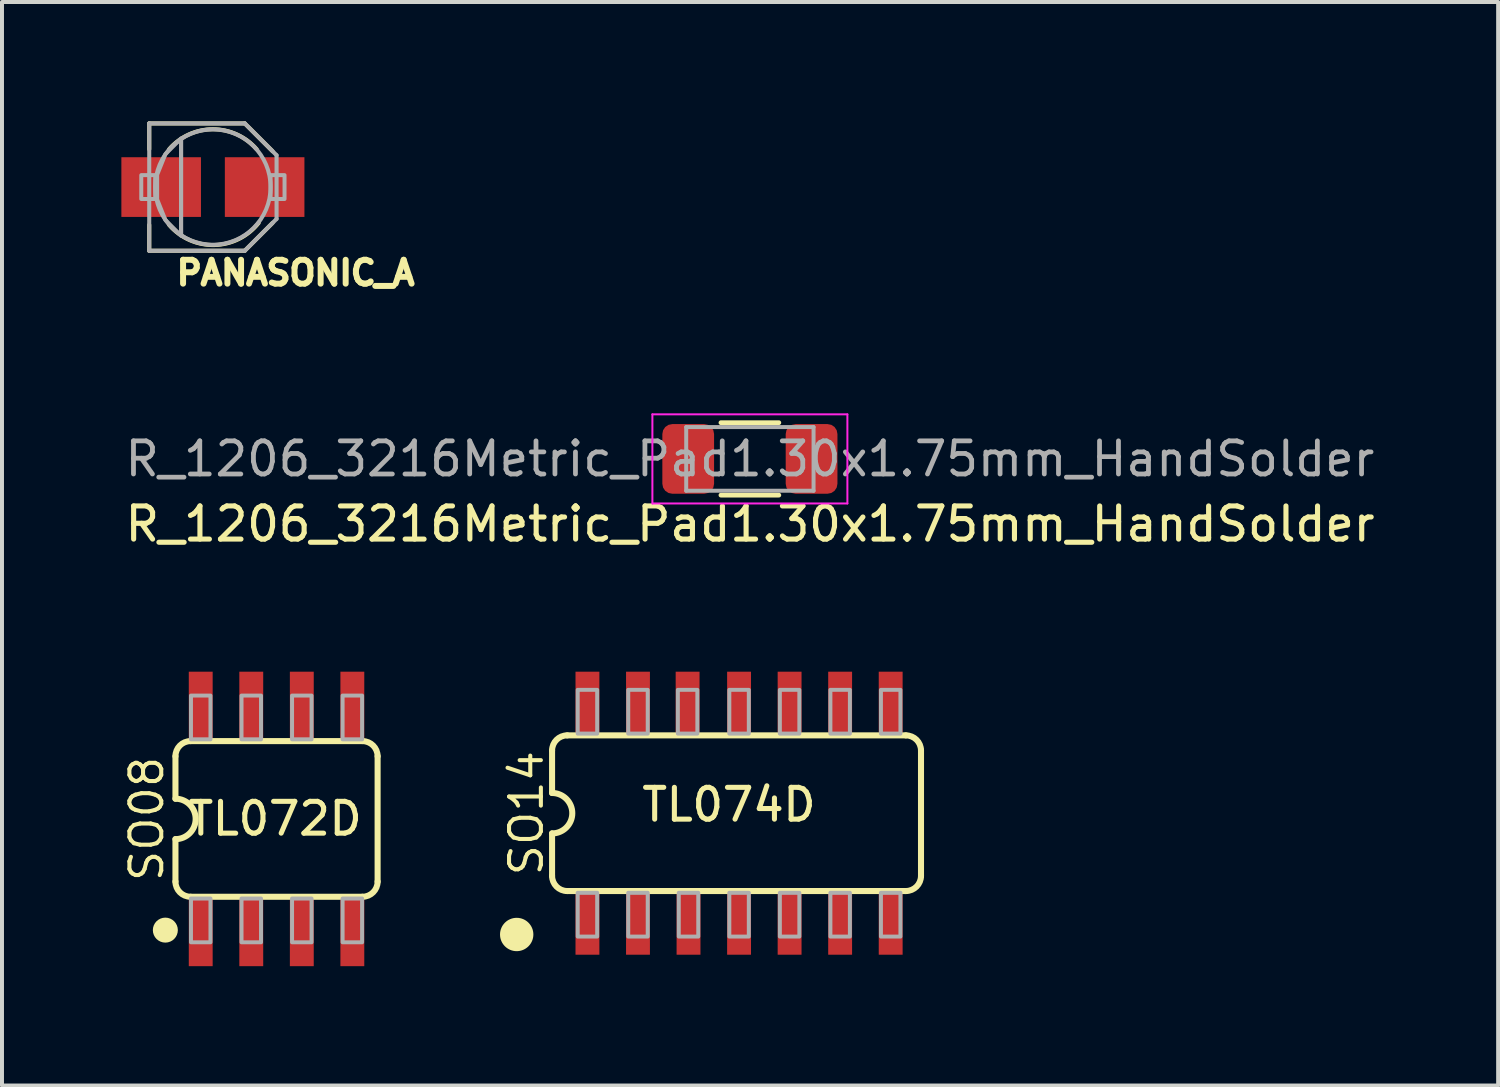
<source format=kicad_pcb>
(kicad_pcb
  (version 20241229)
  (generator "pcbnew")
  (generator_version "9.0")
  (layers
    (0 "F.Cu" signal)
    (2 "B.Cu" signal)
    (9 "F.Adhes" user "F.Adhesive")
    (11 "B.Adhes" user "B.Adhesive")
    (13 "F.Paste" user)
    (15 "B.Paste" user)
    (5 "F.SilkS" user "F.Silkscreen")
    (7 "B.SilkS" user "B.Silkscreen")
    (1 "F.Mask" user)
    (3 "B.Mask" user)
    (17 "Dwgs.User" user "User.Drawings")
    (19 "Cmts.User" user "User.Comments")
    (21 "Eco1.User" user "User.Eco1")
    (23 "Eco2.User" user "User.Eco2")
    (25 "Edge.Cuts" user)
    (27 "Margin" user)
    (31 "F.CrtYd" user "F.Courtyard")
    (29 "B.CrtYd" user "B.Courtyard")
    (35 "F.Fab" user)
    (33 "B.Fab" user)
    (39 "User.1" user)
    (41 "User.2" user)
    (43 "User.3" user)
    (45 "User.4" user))
  (footprint "R_1206_3216Metric_Pad1.30x1.75mm_HandSolder"
    (layer "F.Cu")
    (at 15.794 8.482)
    (property "Reference" "R_1206_3216Metric_Pad1.30x1.75mm_HandSolder" (at 0.004 1.636 0) (layer "F.SilkS") (effects (font (size 0.833 0.833) (thickness 0.128))))
    (attr smd)
    (fp_line (start -0.727 -0.91) (end 0.727 -0.91) (stroke (width 0.12) (type solid)) (layer "F.SilkS"))
    (fp_line (start -0.727 0.91) (end 0.727 0.91) (stroke (width 0.12) (type solid)) (layer "F.SilkS"))
    (fp_line (start -2.45 -1.12) (end 2.45 -1.12) (stroke (width 0.05) (type solid)) (layer "F.CrtYd"))
    (fp_line (start -2.45 1.12) (end -2.45 -1.12) (stroke (width 0.05) (type solid)) (layer "F.CrtYd"))
    (fp_line (start 2.45 -1.12) (end 2.45 1.12) (stroke (width 0.05) (type solid)) (layer "F.CrtYd"))
    (fp_line (start 2.45 1.12) (end -2.45 1.12) (stroke (width 0.05) (type solid)) (layer "F.CrtYd"))
    (fp_line (start -1.6 -0.8) (end 1.6 -0.8) (stroke (width 0.1) (type solid)) (layer "F.Fab"))
    (fp_line (start -1.6 0.8) (end -1.6 -0.8) (stroke (width 0.1) (type solid)) (layer "F.Fab"))
    (fp_line (start 1.6 -0.8) (end 1.6 0.8) (stroke (width 0.1) (type solid)) (layer "F.Fab"))
    (fp_line (start 1.6 0.8) (end -1.6 0.8) (stroke (width 0.1) (type solid)) (layer "F.Fab"))
    (fp_text user "${REFERENCE}" (at 0 0 0) (layer "F.Fab") (effects (font (size 0.833 0.833) (thickness 0.12))))
    (pad "1" smd roundrect (at -1.55 0) (size 1.3 1.75) (layers "F.Cu" "F.Mask" "F.Paste") (roundrect_rratio 0.192))
    (pad "2" smd roundrect (at 1.55 0) (size 1.3 1.75) (layers "F.Cu" "F.Mask" "F.Paste") (roundrect_rratio 0.192)))
  (footprint "SO14"
    (layer "F.Cu")
    (at 15.522 17.385)
    (property "Reference" "SO14" (at -4.877 0 90) (layer "F.SilkS") (effects (font (size 0.8 0.8) (thickness 0.102)) (justify bottom)))
    (property "Value" "TL074D" (at -0.254 0.254 180) (layer "F.Fab") (hide yes) (effects (font (size 0.8 0.8) (thickness 0.102)) (justify bottom)))
    (fp_line (start -4.699 -1.575) (end -4.699 -0.508) (stroke (width 0.152) (type solid)) (layer "F.SilkS"))
    (fp_line (start -4.699 0.508) (end -4.699 1.575) (stroke (width 0.152) (type solid)) (layer "F.SilkS"))
    (fp_line (start -4.318 1.956) (end 4.191 1.956) (stroke (width 0.152) (type solid)) (layer "F.SilkS"))
    (fp_line (start 4.191 -1.956) (end -4.318 -1.956) (stroke (width 0.152) (type solid)) (layer "F.SilkS"))
    (fp_line (start 4.572 1.575) (end 4.572 -1.575) (stroke (width 0.152) (type solid)) (layer "F.SilkS"))
    (fp_arc (start -4.699 -1.5748) (mid -4.587408 -1.844208) (end -4.318 -1.9558) (stroke (width 0.1524) (type solid)) (layer "F.SilkS"))
    (fp_arc (start -4.699 -0.508) (mid -4.191 0) (end -4.699 0.508) (stroke (width 0.1524) (type solid)) (layer "F.SilkS"))
    (fp_arc (start -4.318 1.9558) (mid -4.587408 1.844208) (end -4.699 1.5748) (stroke (width 0.1524) (type solid)) (layer "F.SilkS"))
    (fp_arc (start 4.191 -1.9558) (mid 4.460408 -1.844208) (end 4.572 -1.5748) (stroke (width 0.1524) (type solid)) (layer "F.SilkS"))
    (fp_arc (start 4.572 1.5748) (mid 4.460408 1.844208) (end 4.191 1.9558) (stroke (width 0.1524) (type solid)) (layer "F.SilkS"))
    (fp_circle (center -5.588 3.048) (end -5.229 3.048) (stroke (width 0.12) (type solid)) (fill yes) (layer "F.SilkS"))
    (fp_poly (pts (xy -4.055 -2) (xy -3.565 -2) (xy -3.565 -3.1) (xy -4.055 -3.1)) (stroke (width 0.1) (type solid)) (fill no) (layer "F.Fab"))
    (fp_poly (pts (xy -4.055 3.1) (xy -3.565 3.1) (xy -3.565 2) (xy -4.055 2)) (stroke (width 0.1) (type solid)) (fill no) (layer "F.Fab"))
    (fp_poly (pts (xy -2.785 -2) (xy -2.295 -2) (xy -2.295 -3.1) (xy -2.785 -3.1)) (stroke (width 0.1) (type solid)) (fill no) (layer "F.Fab"))
    (fp_poly (pts (xy -2.785 3.1) (xy -2.295 3.1) (xy -2.295 2) (xy -2.785 2)) (stroke (width 0.1) (type solid)) (fill no) (layer "F.Fab"))
    (fp_poly (pts (xy -1.538 -2) (xy -1.048 -2) (xy -1.048 -3.1) (xy -1.538 -3.1)) (stroke (width 0.1) (type solid)) (fill no) (layer "F.Fab"))
    (fp_poly (pts (xy -1.515 3.1) (xy -1.025 3.1) (xy -1.025 2) (xy -1.515 2)) (stroke (width 0.1) (type solid)) (fill no) (layer "F.Fab"))
    (fp_poly (pts (xy -0.245 -2) (xy 0.245 -2) (xy 0.245 -3.1) (xy -0.245 -3.1)) (stroke (width 0.1) (type solid)) (fill no) (layer "F.Fab"))
    (fp_poly (pts (xy -0.245 3.1) (xy 0.245 3.1) (xy 0.245 2) (xy -0.245 2)) (stroke (width 0.1) (type solid)) (fill no) (layer "F.Fab"))
    (fp_poly (pts (xy 1.025 -2) (xy 1.515 -2) (xy 1.515 -3.1) (xy 1.025 -3.1)) (stroke (width 0.1) (type solid)) (fill no) (layer "F.Fab"))
    (fp_poly (pts (xy 1.025 3.1) (xy 1.515 3.1) (xy 1.515 2) (xy 1.025 2)) (stroke (width 0.1) (type solid)) (fill no) (layer "F.Fab"))
    (fp_poly (pts (xy 2.295 -2) (xy 2.785 -2) (xy 2.785 -3.1) (xy 2.295 -3.1)) (stroke (width 0.1) (type solid)) (fill no) (layer "F.Fab"))
    (fp_poly (pts (xy 2.295 3.1) (xy 2.785 3.1) (xy 2.785 2) (xy 2.295 2)) (stroke (width 0.1) (type solid)) (fill no) (layer "F.Fab"))
    (fp_poly (pts (xy 3.565 -2) (xy 4.055 -2) (xy 4.055 -3.1) (xy 3.565 -3.1)) (stroke (width 0.1) (type solid)) (fill no) (layer "F.Fab"))
    (fp_poly (pts (xy 3.565 3.1) (xy 4.055 3.1) (xy 4.055 2) (xy 3.565 2)) (stroke (width 0.1) (type solid)) (fill no) (layer "F.Fab"))
    (fp_text user "${VALUE}" (at -0.254 0.254 0) (layer "F.SilkS") (effects (font (size 0.8 0.8) (thickness 0.127)) (justify bottom)))
    (pad "1" smd rect (at -3.81 2.794) (size 0.6 1.524) (layers "F.Cu" "F.Mask" "F.Paste"))
    (pad "2" smd rect (at -2.54 2.794) (size 0.6 1.524) (layers "F.Cu" "F.Mask" "F.Paste"))
    (pad "3" smd rect (at -1.27 2.794) (size 0.6 1.524) (layers "F.Cu" "F.Mask" "F.Paste"))
    (pad "4" smd rect (at 0 2.794) (size 0.6 1.524) (layers "F.Cu" "F.Mask" "F.Paste"))
    (pad "5" smd rect (at 1.27 2.794) (size 0.6 1.524) (layers "F.Cu" "F.Mask" "F.Paste"))
    (pad "6" smd rect (at 2.54 2.794) (size 0.6 1.524) (layers "F.Cu" "F.Mask" "F.Paste"))
    (pad "7" smd rect (at 3.81 2.794) (size 0.6 1.524) (layers "F.Cu" "F.Mask" "F.Paste"))
    (pad "8" smd rect (at 3.81 -2.794) (size 0.6 1.524) (layers "F.Cu" "F.Mask" "F.Paste"))
    (pad "9" smd rect (at 2.54 -2.794) (size 0.6 1.524) (layers "F.Cu" "F.Mask" "F.Paste"))
    (pad "10" smd rect (at 1.27 -2.794) (size 0.6 1.524) (layers "F.Cu" "F.Mask" "F.Paste"))
    (pad "11" smd rect (at 0 -2.794) (size 0.6 1.524) (layers "F.Cu" "F.Mask" "F.Paste"))
    (pad "12" smd rect (at -1.293 -2.794) (size 0.6 1.524) (layers "F.Cu" "F.Mask" "F.Paste"))
    (pad "13" smd rect (at -2.54 -2.794) (size 0.6 1.524) (layers "F.Cu" "F.Mask" "F.Paste"))
    (pad "14" smd rect (at -3.81 -2.794) (size 0.6 1.524) (layers "F.Cu" "F.Mask" "F.Paste")))
  (footprint "PANASONIC_A"
    (layer "F.Cu")
    (at 2.3 1.651)
    (property "Reference" "PANASONIC_A" (at -0.991 2.508 0) (layer "F.SilkS") (effects (font (size 0.6 0.6) (thickness 0.15)) (justify left bottom)))
    (fp_line (start -1.6 -1.6) (end 0.8 -1.6) (stroke (width 0.102) (type solid)) (layer "F.SilkS"))
    (fp_line (start -1.6 -0.95) (end -1.6 -1.6) (stroke (width 0.102) (type solid)) (layer "F.SilkS"))
    (fp_line (start -1.6 1.6) (end -1.6 0.95) (stroke (width 0.102) (type solid)) (layer "F.SilkS"))
    (fp_line (start 0.8 -1.6) (end 1.5 -0.9) (stroke (width 0.102) (type solid)) (layer "F.SilkS"))
    (fp_line (start 0.8 1.6) (end -1.6 1.6) (stroke (width 0.102) (type solid)) (layer "F.SilkS"))
    (fp_line (start 1.5 0.9) (end 0.8 1.6) (stroke (width 0.102) (type solid)) (layer "F.SilkS"))
    (fp_arc (start -1.1 -0.95) (mid 0 -1.453444) (end 1.1 -0.95) (stroke (width 0.1016) (type solid)) (layer "F.SilkS"))
    (fp_arc (start 1.149999 0.9) (mid 0.03681 1.456451) (end -1.1 0.95) (stroke (width 0.1016) (type solid)) (layer "F.SilkS"))
    (fp_line (start -1.6 -1.6) (end 0.8 -1.6) (stroke (width 0.102) (type solid)) (layer "F.Fab"))
    (fp_line (start -1.6 1.6) (end -1.6 -1.6) (stroke (width 0.102) (type solid)) (layer "F.Fab"))
    (fp_line (start -0.8 -1.2) (end -0.8 1.2) (stroke (width 0.102) (type solid)) (layer "F.Fab"))
    (fp_line (start 0.8 -1.6) (end 1.6 -0.8) (stroke (width 0.102) (type solid)) (layer "F.Fab"))
    (fp_line (start 0.8 1.6) (end -1.6 1.6) (stroke (width 0.102) (type solid)) (layer "F.Fab"))
    (fp_line (start 1.6 -0.8) (end 1.6 0.8) (stroke (width 0.102) (type solid)) (layer "F.Fab"))
    (fp_line (start 1.6 0.8) (end 0.8 1.6) (stroke (width 0.102) (type solid)) (layer "F.Fab"))
    (fp_circle (center 0 0) (end 1.45 0) (stroke (width 0.102) (type solid)) (fill no) (layer "F.Fab"))
    (fp_poly (pts (xy -1.8 0.3) (xy -1.45 0.3) (xy -1.45 -0.3) (xy -1.8 -0.3)) (stroke (width 0.1) (type solid)) (fill no) (layer "F.Fab"))
    (fp_poly (pts (xy 1.45 0.3) (xy 1.8 0.3) (xy 1.8 -0.3) (xy 1.45 -0.3)) (stroke (width 0.1) (type solid)) (fill no) (layer "F.Fab"))
    (fp_poly (pts (xy -0.799 1.223) (xy -1.193 0.829) (xy -1.401 0.31) (xy -1.401 -0.31) (xy -1.193 -0.829) (xy -0.799 -1.223)) (stroke (width 0.1) (type solid)) (fill no) (layer "F.Fab"))
    (pad "+" smd rect (at 1.3 0) (size 2 1.5) (layers "F.Cu" "F.Mask" "F.Paste"))
    (pad "-" smd rect (at -1.3 0) (size 2 1.5) (layers "F.Cu" "F.Mask" "F.Paste")))
  (footprint "SO08"
    (layer "F.Cu")
    (at 3.899 17.529)
    (property "Reference" "SO08" (at -2.794 0 90) (layer "F.SilkS") (effects (font (size 0.8 0.8) (thickness 0.102)) (justify bottom)))
    (property "Value" "TL072D" (at -0.254 0.254 180) (layer "F.Fab") (hide yes) (effects (font (size 0.8 0.8) (thickness 0.102)) (justify bottom)))
    (fp_line (start -2.54 -1.575) (end -2.54 -0.508) (stroke (width 0.152) (type solid)) (layer "F.SilkS"))
    (fp_line (start -2.54 0.508) (end -2.54 1.575) (stroke (width 0.152) (type solid)) (layer "F.SilkS"))
    (fp_line (start -2.159 -1.956) (end 2.159 -1.956) (stroke (width 0.152) (type solid)) (layer "F.SilkS"))
    (fp_line (start -2.159 1.956) (end 2.159 1.956) (stroke (width 0.152) (type solid)) (layer "F.SilkS"))
    (fp_line (start 2.54 1.575) (end 2.54 -1.575) (stroke (width 0.152) (type solid)) (layer "F.SilkS"))
    (fp_arc (start -2.54 -1.5748) (mid -2.428408 -1.844208) (end -2.159 -1.9558) (stroke (width 0.1524) (type solid)) (layer "F.SilkS"))
    (fp_arc (start -2.54 -0.508) (mid -2.032 0) (end -2.54 0.508) (stroke (width 0.1524) (type solid)) (layer "F.SilkS"))
    (fp_arc (start -2.159 1.9558) (mid -2.428408 1.844208) (end -2.54 1.5748) (stroke (width 0.1524) (type solid)) (layer "F.SilkS"))
    (fp_arc (start 2.159 -1.9558) (mid 2.428408 -1.844208) (end 2.54 -1.5748) (stroke (width 0.1524) (type solid)) (layer "F.SilkS"))
    (fp_arc (start 2.54 1.5748) (mid 2.428408 1.844208) (end 2.159 1.9558) (stroke (width 0.1524) (type solid)) (layer "F.SilkS"))
    (fp_circle (center -2.794 2.794) (end -2.54 2.794) (stroke (width 0.12) (type solid)) (fill yes) (layer "F.SilkS"))
    (fp_poly (pts (xy -2.15 -2) (xy -1.66 -2) (xy -1.66 -3.1) (xy -2.15 -3.1)) (stroke (width 0.1) (type solid)) (fill no) (layer "F.Fab"))
    (fp_poly (pts (xy -2.15 3.1) (xy -1.66 3.1) (xy -1.66 2) (xy -2.15 2)) (stroke (width 0.1) (type solid)) (fill no) (layer "F.Fab"))
    (fp_poly (pts (xy -0.88 -2) (xy -0.39 -2) (xy -0.39 -3.1) (xy -0.88 -3.1)) (stroke (width 0.1) (type solid)) (fill no) (layer "F.Fab"))
    (fp_poly (pts (xy -0.88 3.1) (xy -0.39 3.1) (xy -0.39 2) (xy -0.88 2)) (stroke (width 0.1) (type solid)) (fill no) (layer "F.Fab"))
    (fp_poly (pts (xy 0.39 -2) (xy 0.88 -2) (xy 0.88 -3.1) (xy 0.39 -3.1)) (stroke (width 0.1) (type solid)) (fill no) (layer "F.Fab"))
    (fp_poly (pts (xy 0.39 3.1) (xy 0.88 3.1) (xy 0.88 2) (xy 0.39 2)) (stroke (width 0.1) (type solid)) (fill no) (layer "F.Fab"))
    (fp_poly (pts (xy 1.66 -2) (xy 2.15 -2) (xy 2.15 -3.1) (xy 1.66 -3.1)) (stroke (width 0.1) (type solid)) (fill no) (layer "F.Fab"))
    (fp_poly (pts (xy 1.66 3.1) (xy 2.15 3.1) (xy 2.15 2) (xy 1.66 2)) (stroke (width 0.1) (type solid)) (fill no) (layer "F.Fab"))
    (fp_text user "${VALUE}" (at -0.036 0.462 0) (layer "F.SilkS") (effects (font (size 0.8 0.8) (thickness 0.127)) (justify bottom)))
    (pad "1" smd rect (at -1.905 2.866) (size 0.6 1.668) (layers "F.Cu" "F.Mask" "F.Paste"))
    (pad "2" smd rect (at -0.635 2.866) (size 0.6 1.668) (layers "F.Cu" "F.Mask" "F.Paste"))
    (pad "3" smd rect (at 0.635 2.866) (size 0.6 1.668) (layers "F.Cu" "F.Mask" "F.Paste"))
    (pad "4" smd rect (at 1.905 2.866) (size 0.6 1.668) (layers "F.Cu" "F.Mask" "F.Paste"))
    (pad "5" smd rect (at 1.905 -2.866) (size 0.6 1.668) (layers "F.Cu" "F.Mask" "F.Paste"))
    (pad "6" smd rect (at 0.635 -2.866) (size 0.6 1.668) (layers "F.Cu" "F.Mask" "F.Paste"))
    (pad "7" smd rect (at -0.635 -2.866) (size 0.6 1.668) (layers "F.Cu" "F.Mask" "F.Paste"))
    (pad "8" smd rect (at -1.905 -2.866) (size 0.6 1.668) (layers "F.Cu" "F.Mask" "F.Paste")))
  (gr_rect
    (start -3 -3)
    (end 34.597 24.229)
    (stroke (width 0.1) (type default))
    (fill no)
    (layer "Edge.Cuts")))
</source>
